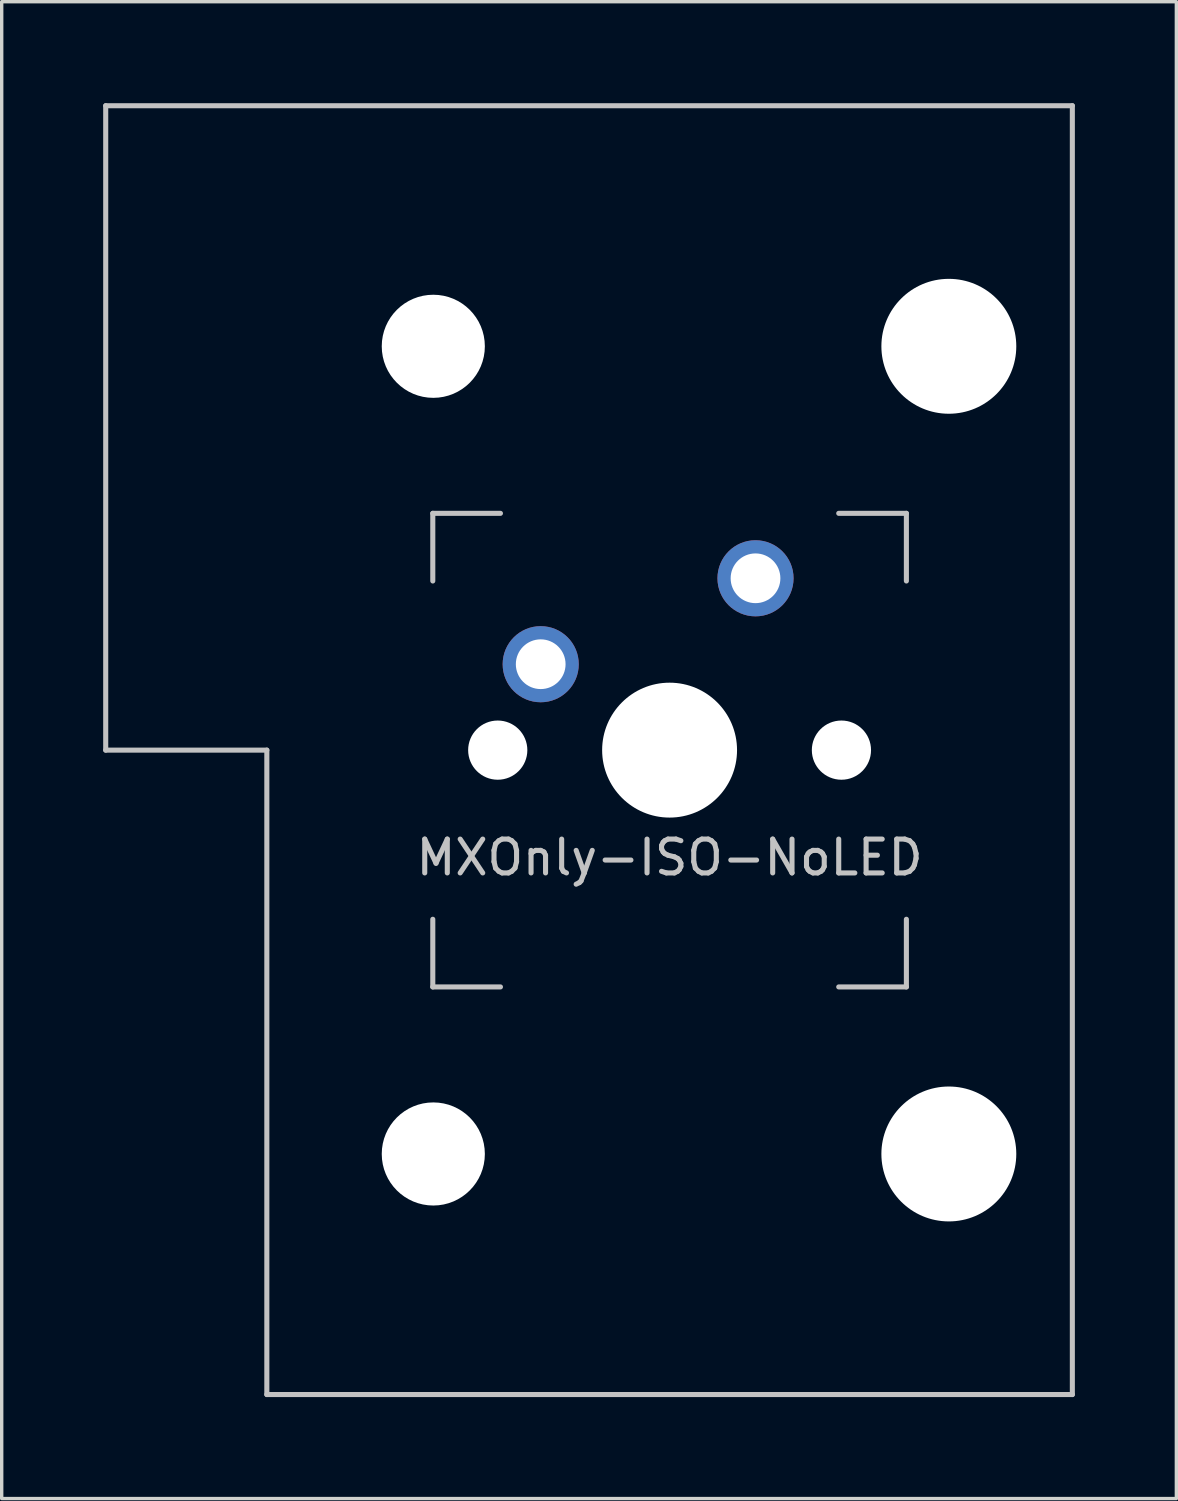
<source format=kicad_pcb>
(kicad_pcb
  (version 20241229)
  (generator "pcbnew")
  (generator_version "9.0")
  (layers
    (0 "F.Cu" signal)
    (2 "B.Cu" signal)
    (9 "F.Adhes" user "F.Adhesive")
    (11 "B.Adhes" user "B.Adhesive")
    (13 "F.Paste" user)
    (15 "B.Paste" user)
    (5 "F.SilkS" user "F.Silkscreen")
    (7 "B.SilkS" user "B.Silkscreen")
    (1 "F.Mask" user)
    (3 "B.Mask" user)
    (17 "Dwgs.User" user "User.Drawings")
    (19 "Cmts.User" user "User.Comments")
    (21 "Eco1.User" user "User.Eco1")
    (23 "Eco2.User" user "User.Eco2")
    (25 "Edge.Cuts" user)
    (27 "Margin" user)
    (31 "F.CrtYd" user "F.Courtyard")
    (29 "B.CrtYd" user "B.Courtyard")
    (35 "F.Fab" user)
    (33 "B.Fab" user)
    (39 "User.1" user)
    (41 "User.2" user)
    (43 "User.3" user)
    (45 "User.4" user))
  (footprint "MXOnly-ISO-NoLED"
    (layer "F.Cu")
    (at 16.744 19.125)
    (property "Reference" "MXOnly-ISO-NoLED" (at 0 3.175 0) (layer "Dwgs.User") (effects (font (size 1 1) (thickness 0.15))))
    (attr through_hole)
    (fp_line (start -16.669 -19.05) (end -16.669 0) (stroke (width 0.15) (type solid)) (layer "Dwgs.User"))
    (fp_line (start -16.669 -19.05) (end 11.906 -19.05) (stroke (width 0.15) (type solid)) (layer "Dwgs.User"))
    (fp_line (start -11.906 0) (end -16.669 0) (stroke (width 0.15) (type solid)) (layer "Dwgs.User"))
    (fp_line (start -11.906 19.05) (end -11.906 0) (stroke (width 0.15) (type solid)) (layer "Dwgs.User"))
    (fp_line (start -11.906 19.05) (end 11.906 19.05) (stroke (width 0.15) (type solid)) (layer "Dwgs.User"))
    (fp_line (start -7 -7) (end -7 -5) (stroke (width 0.15) (type solid)) (layer "Dwgs.User"))
    (fp_line (start -7 5) (end -7 7) (stroke (width 0.15) (type solid)) (layer "Dwgs.User"))
    (fp_line (start -7 7) (end -5 7) (stroke (width 0.15) (type solid)) (layer "Dwgs.User"))
    (fp_line (start -5 -7) (end -7 -7) (stroke (width 0.15) (type solid)) (layer "Dwgs.User"))
    (fp_line (start 5 -7) (end 7 -7) (stroke (width 0.15) (type solid)) (layer "Dwgs.User"))
    (fp_line (start 5 7) (end 7 7) (stroke (width 0.15) (type solid)) (layer "Dwgs.User"))
    (fp_line (start 7 -7) (end 7 -5) (stroke (width 0.15) (type solid)) (layer "Dwgs.User"))
    (fp_line (start 7 7) (end 7 5) (stroke (width 0.15) (type solid)) (layer "Dwgs.User"))
    (fp_line (start 11.906 -19.05) (end 11.906 19.05) (stroke (width 0.15) (type solid)) (layer "Dwgs.User"))
    (pad "" np_thru_hole circle (at -6.985 -11.938) (size 3.048 3.048) (drill 3.048) (layers "*.Cu" "*.Mask"))
    (pad "" np_thru_hole circle (at -6.985 11.938) (size 3.048 3.048) (drill 3.048) (layers "*.Cu" "*.Mask"))
    (pad "" np_thru_hole circle (at -5.08 0 48.1) (size 1.75 1.75) (drill 1.75) (layers "*.Cu" "*.Mask"))
    (pad "" np_thru_hole circle (at 0 0) (size 3.988 3.988) (drill 3.988) (layers "*.Cu" "*.Mask"))
    (pad "" np_thru_hole circle (at 5.08 0 48.1) (size 1.75 1.75) (drill 1.75) (layers "*.Cu" "*.Mask"))
    (pad "" np_thru_hole circle (at 8.255 -11.938) (size 3.988 3.988) (drill 3.988) (layers "*.Cu" "*.Mask"))
    (pad "" np_thru_hole circle (at 8.255 11.938) (size 3.988 3.988) (drill 3.988) (layers "*.Cu" "*.Mask"))
    (pad "1" thru_hole circle (at -3.81 -2.54) (size 2.25 2.25) (drill 1.47) (layers "*.Cu" "B.Mask"))
    (pad "2" thru_hole circle (at 2.54 -5.08) (size 2.25 2.25) (drill 1.47) (layers "*.Cu" "B.Mask")))
  (gr_rect
    (start -3 -3)
    (end 31.725 41.25)
    (stroke (width 0.1) (type default))
    (fill no)
    (layer "Edge.Cuts")))
</source>
